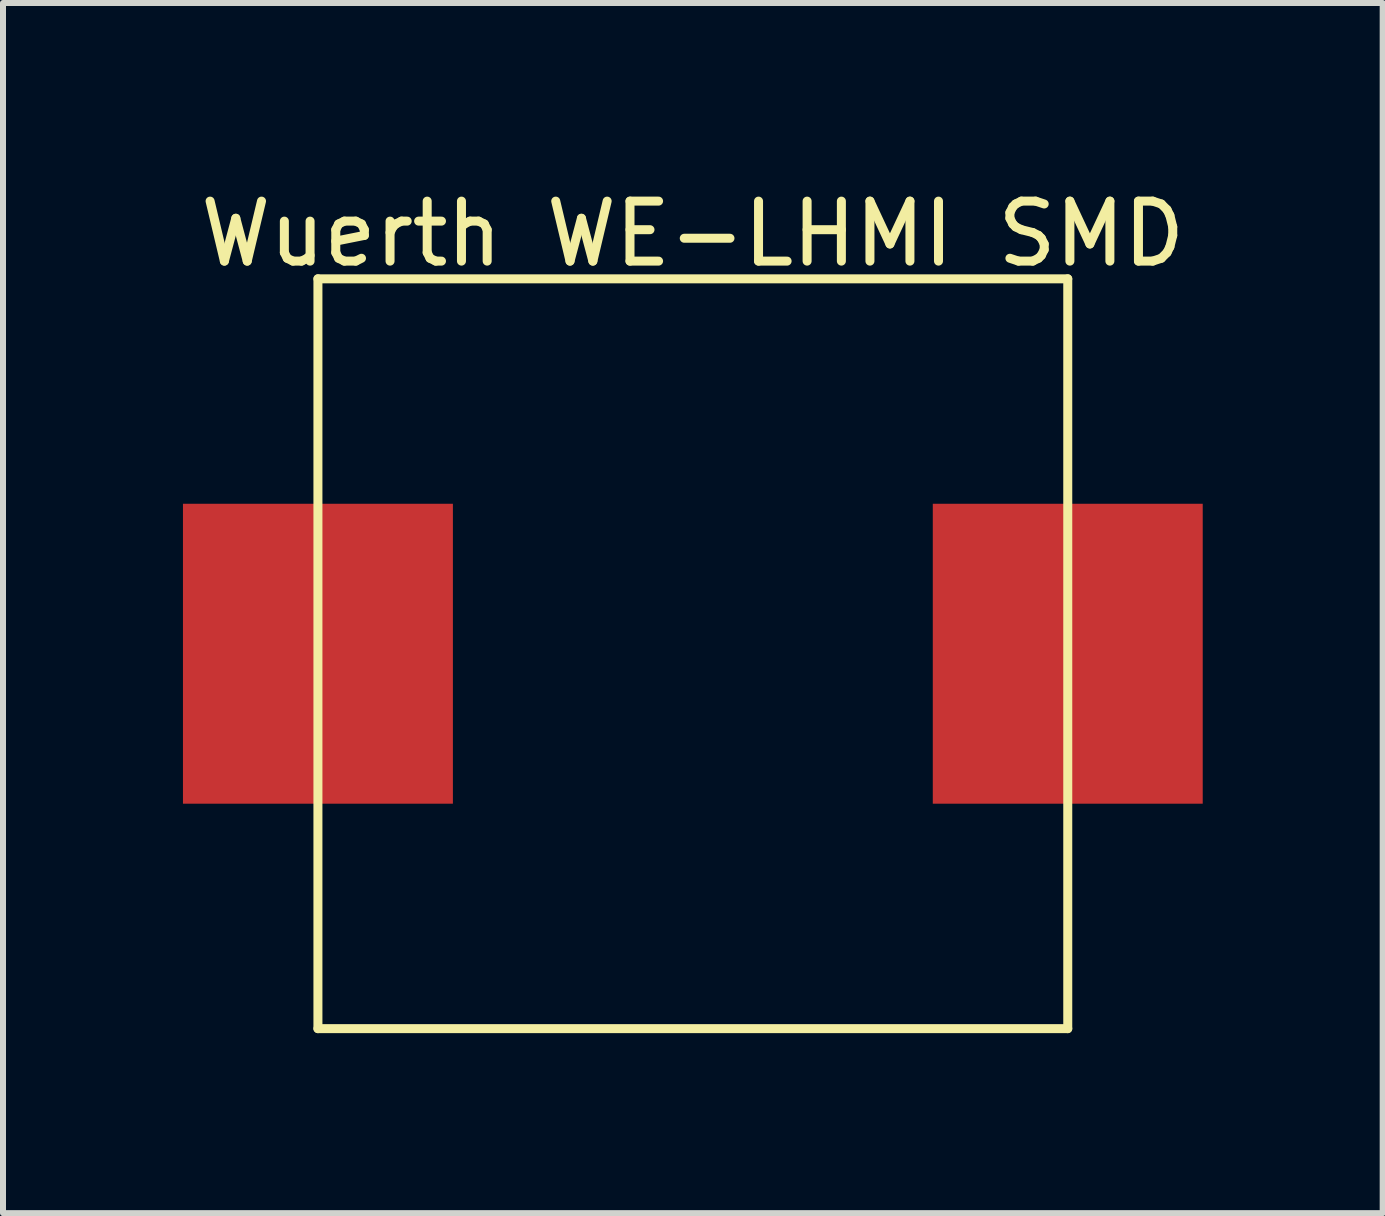
<source format=kicad_pcb>
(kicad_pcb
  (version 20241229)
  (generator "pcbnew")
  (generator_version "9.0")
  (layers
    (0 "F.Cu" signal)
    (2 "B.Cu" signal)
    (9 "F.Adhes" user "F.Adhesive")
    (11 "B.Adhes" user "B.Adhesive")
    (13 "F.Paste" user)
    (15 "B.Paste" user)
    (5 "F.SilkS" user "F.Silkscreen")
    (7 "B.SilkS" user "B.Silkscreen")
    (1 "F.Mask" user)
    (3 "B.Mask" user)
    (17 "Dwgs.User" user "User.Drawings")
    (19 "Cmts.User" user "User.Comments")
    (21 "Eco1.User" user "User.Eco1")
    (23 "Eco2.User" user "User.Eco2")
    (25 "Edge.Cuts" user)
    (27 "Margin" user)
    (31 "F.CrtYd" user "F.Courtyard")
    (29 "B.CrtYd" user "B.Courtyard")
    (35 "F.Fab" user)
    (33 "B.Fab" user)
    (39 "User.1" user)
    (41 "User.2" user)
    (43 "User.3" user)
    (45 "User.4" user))
  (footprint "Wuerth WE-LHMI SMD"
    (layer "F.Cu")
    (at 8.5 7.848)
    (property "Reference" "Wuerth WE-LHMI SMD" (at 0 -7 0) (layer "F.SilkS") (effects (font (size 1 1) (thickness 0.15))))
    (attr through_hole)
    (fp_line (start -6.25 -6.25) (end 6.25 -6.25) (stroke (width 0.15) (type solid)) (layer "F.SilkS"))
    (fp_line (start -6.25 6.25) (end -6.25 -6.25) (stroke (width 0.15) (type solid)) (layer "F.SilkS"))
    (fp_line (start 6.25 -6.25) (end 6.25 6.25) (stroke (width 0.15) (type solid)) (layer "F.SilkS"))
    (fp_line (start 6.25 6.25) (end -6.25 6.25) (stroke (width 0.15) (type solid)) (layer "F.SilkS"))
    (pad "1" smd rect (at -6.25 0) (size 4.5 5) (layers "F.Cu" "F.Mask" "F.Paste"))
    (pad "2" smd rect (at 6.25 0 180) (size 4.5 5) (layers "F.Cu" "F.Mask" "F.Paste")))
  (gr_rect
    (start -3 -3)
    (end 20 17.173)
    (stroke (width 0.1) (type default))
    (fill no)
    (layer "Edge.Cuts")))
</source>
